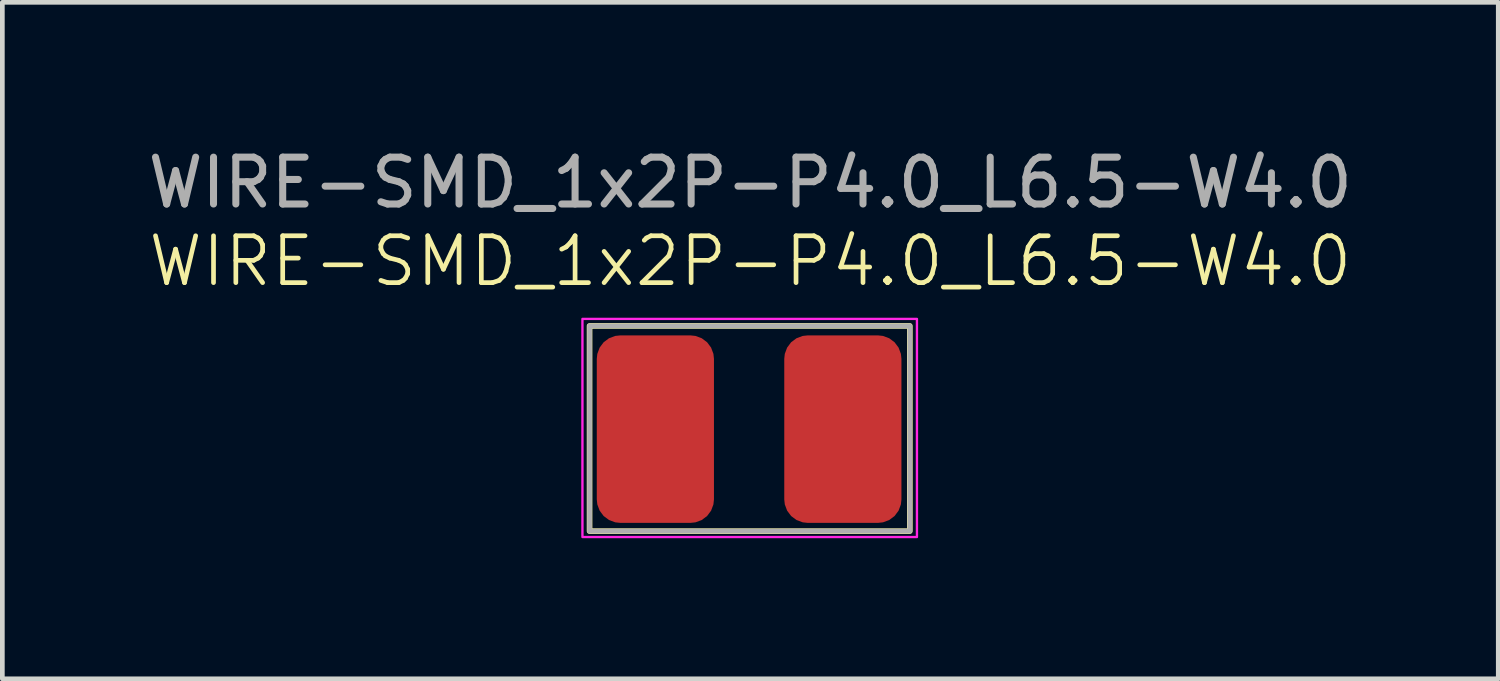
<source format=kicad_pcb>
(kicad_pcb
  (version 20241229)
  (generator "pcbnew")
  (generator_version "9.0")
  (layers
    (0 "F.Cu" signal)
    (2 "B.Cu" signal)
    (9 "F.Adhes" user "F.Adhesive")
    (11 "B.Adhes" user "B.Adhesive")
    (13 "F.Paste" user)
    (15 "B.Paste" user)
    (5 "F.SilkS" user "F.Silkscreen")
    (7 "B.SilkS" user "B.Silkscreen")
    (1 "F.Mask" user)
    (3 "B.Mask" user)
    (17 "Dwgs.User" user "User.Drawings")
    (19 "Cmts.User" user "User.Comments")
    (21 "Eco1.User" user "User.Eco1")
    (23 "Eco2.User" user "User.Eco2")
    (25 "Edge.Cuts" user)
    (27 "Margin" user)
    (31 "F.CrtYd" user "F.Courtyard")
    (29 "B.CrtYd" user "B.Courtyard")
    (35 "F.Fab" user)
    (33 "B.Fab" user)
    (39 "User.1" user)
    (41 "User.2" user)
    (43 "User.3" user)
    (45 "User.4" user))
  (footprint "WIRE-SMD_1x2P-P4.0_L6.5-W4.0"
    (layer "F.Cu")
    (at 12.933 6.106)
    (property "Reference" "WIRE-SMD_1x2P-P4.0_L6.5-W4.0" (at 0.025 -3.583 0) (unlocked yes) (layer "F.SilkS") (effects (font (size 1 1) (thickness 0.1))))
    (attr smd)
    (fp_rect (start -3.404 -2.202) (end 3.429 2.176) (stroke (width 0.12) (type solid)) (fill no) (layer "F.SilkS"))
    (fp_rect (start -3.556 -2.352) (end 3.581 2.302) (stroke (width 0.05) (type solid)) (fill no) (layer "F.CrtYd"))
    (fp_rect (start -3.404 -2.202) (end 3.429 2.176) (stroke (width 0.1) (type solid)) (fill no) (layer "F.Fab"))
    (fp_text user "${REFERENCE}" (at 0.025 -5.258 0) (unlocked yes) (layer "F.Fab") (effects (font (size 1 1) (thickness 0.15))))
    (pad "1" smd roundrect (at -2 0) (size 2.5 4) (layers "F.Cu" "F.Mask" "F.Paste") (roundrect_rratio 0.2))
    (pad "2" smd roundrect (at 2 0) (size 2.5 4) (layers "F.Cu" "F.Mask" "F.Paste") (roundrect_rratio 0.2)))
  (gr_rect
    (start -3 -3)
    (end 28.917 11.433)
    (stroke (width 0.1) (type default))
    (fill no)
    (layer "Edge.Cuts")))
</source>
